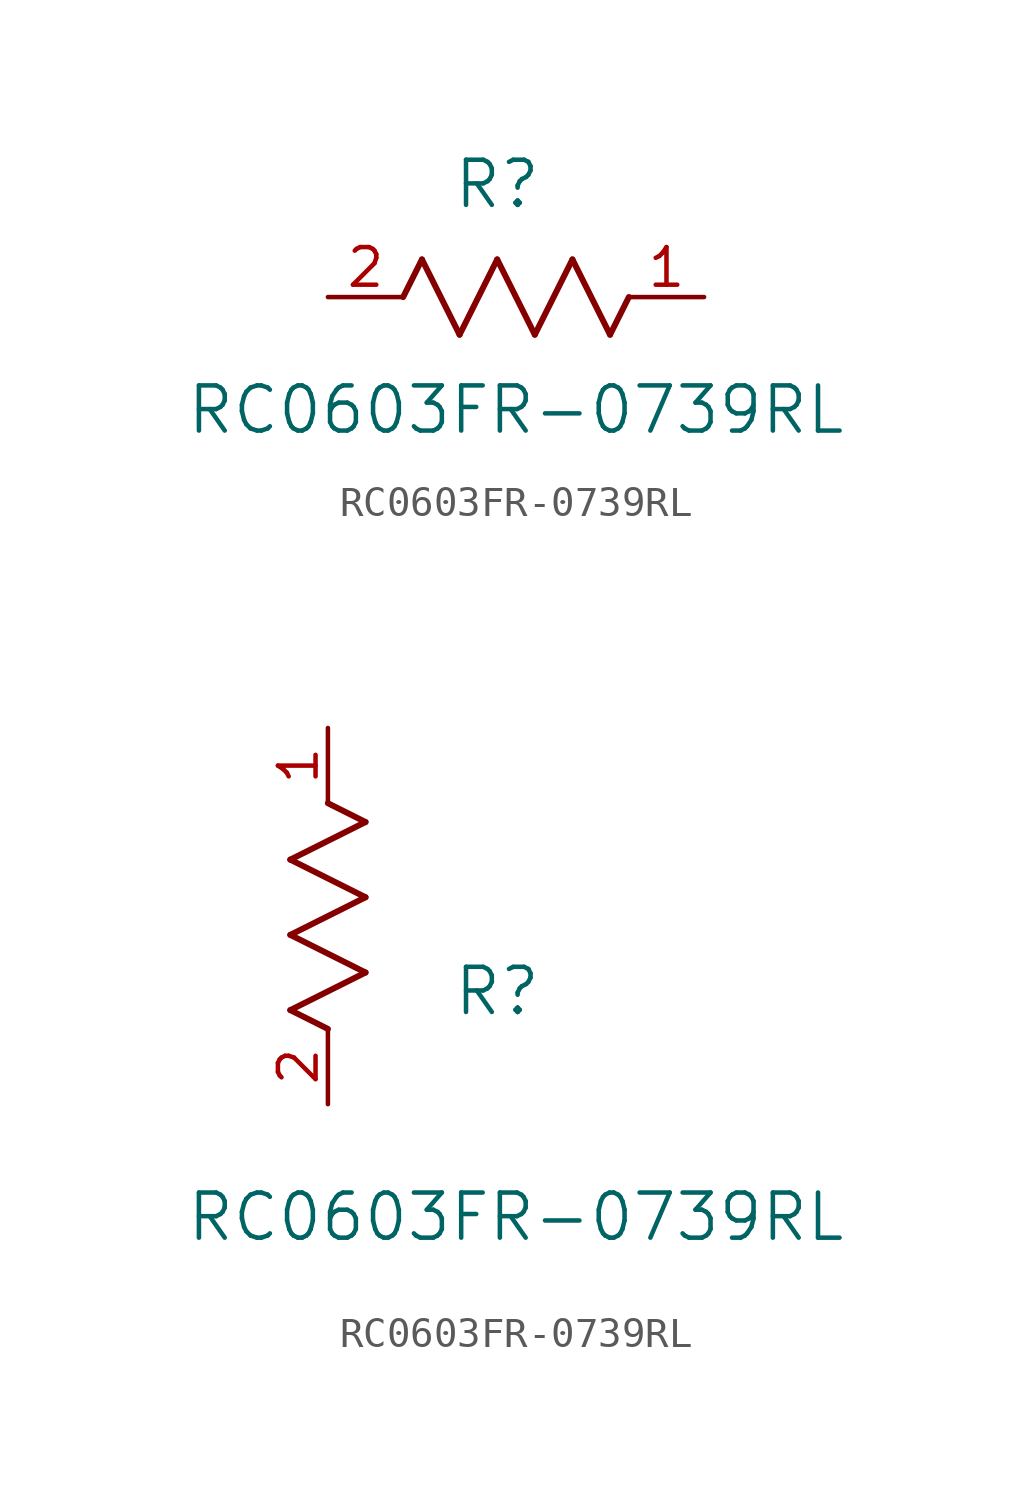
<source format=kicad_sym>
(kicad_symbol_lib
  (version 20211014)
  (generator kicad_symbol_editor)
  (symbol "RC0603FR-0739RL"
    (pin_names
      (offset 0.254))
    (property "Reference" "R"
      (at 5.715 3.81 0)
      (effects (font (size 1.524 1.524))))
    (property "Value" "RC0603FR-0739RL"
      (at 6.35 -3.81 0)
      (effects (font (size 1.524 1.524))))
    (symbol "RC0603FR-0739RL_1_1"
      (polyline (pts (xy 3.175 1.27) (xy 4.445 -1.27)) (stroke (width 0.203) (type default) (color 0 0 0 0)) (fill (type none)))
      (polyline (pts (xy 4.445 -1.27) (xy 5.715 1.27)) (stroke (width 0.203) (type default) (color 0 0 0 0)) (fill (type none)))
      (polyline (pts (xy 5.715 1.27) (xy 6.985 -1.27)) (stroke (width 0.203) (type default) (color 0 0 0 0)) (fill (type none)))
      (polyline (pts (xy 6.985 -1.27) (xy 8.255 1.27)) (stroke (width 0.203) (type default) (color 0 0 0 0)) (fill (type none)))
      (polyline (pts (xy 8.255 1.27) (xy 9.525 -1.27)) (stroke (width 0.203) (type default) (color 0 0 0 0)) (fill (type none)))
      (polyline (pts (xy 2.54 0) (xy 3.175 1.27)) (stroke (width 0.203) (type default) (color 0 0 0 0)) (fill (type none)))
      (polyline (pts (xy 9.525 -1.27) (xy 10.16 0)) (stroke (width 0.203) (type default) (color 0 0 0 0)) (fill (type none)))
      (pin unspecified line (at 12.7 0 180) (length 2.54) (name "" (effects (font (size 1.27 1.27)))) (number "1" (effects (font (size 1.27 1.27)))))
      (pin unspecified line (at 0 0 0) (length 2.54) (name "" (effects (font (size 1.27 1.27)))) (number "2" (effects (font (size 1.27 1.27))))))
    (symbol "RC0603FR-0739RL_1_2"
      (polyline (pts (xy 0 2.54) (xy -1.27 3.175)) (stroke (width 0.203) (type default) (color 0 0 0 0)) (fill (type none)))
      (polyline (pts (xy -1.27 3.175) (xy 1.27 4.445)) (stroke (width 0.203) (type default) (color 0 0 0 0)) (fill (type none)))
      (polyline (pts (xy 1.27 4.445) (xy -1.27 5.715)) (stroke (width 0.203) (type default) (color 0 0 0 0)) (fill (type none)))
      (polyline (pts (xy -1.27 5.715) (xy 1.27 6.985)) (stroke (width 0.203) (type default) (color 0 0 0 0)) (fill (type none)))
      (polyline (pts (xy -1.27 8.255) (xy 1.27 9.525)) (stroke (width 0.203) (type default) (color 0 0 0 0)) (fill (type none)))
      (polyline (pts (xy 1.27 9.525) (xy 0 10.16)) (stroke (width 0.203) (type default) (color 0 0 0 0)) (fill (type none)))
      (polyline (pts (xy 1.27 6.985) (xy -1.27 8.255)) (stroke (width 0.203) (type default) (color 0 0 0 0)) (fill (type none)))
      (pin unspecified line (at 0 12.7 270) (length 2.54) (name "" (effects (font (size 1.27 1.27)))) (number "1" (effects (font (size 1.27 1.27)))))
      (pin unspecified line (at 0 0 90) (length 2.54) (name "" (effects (font (size 1.27 1.27)))) (number "2" (effects (font (size 1.27 1.27))))))))
</source>
